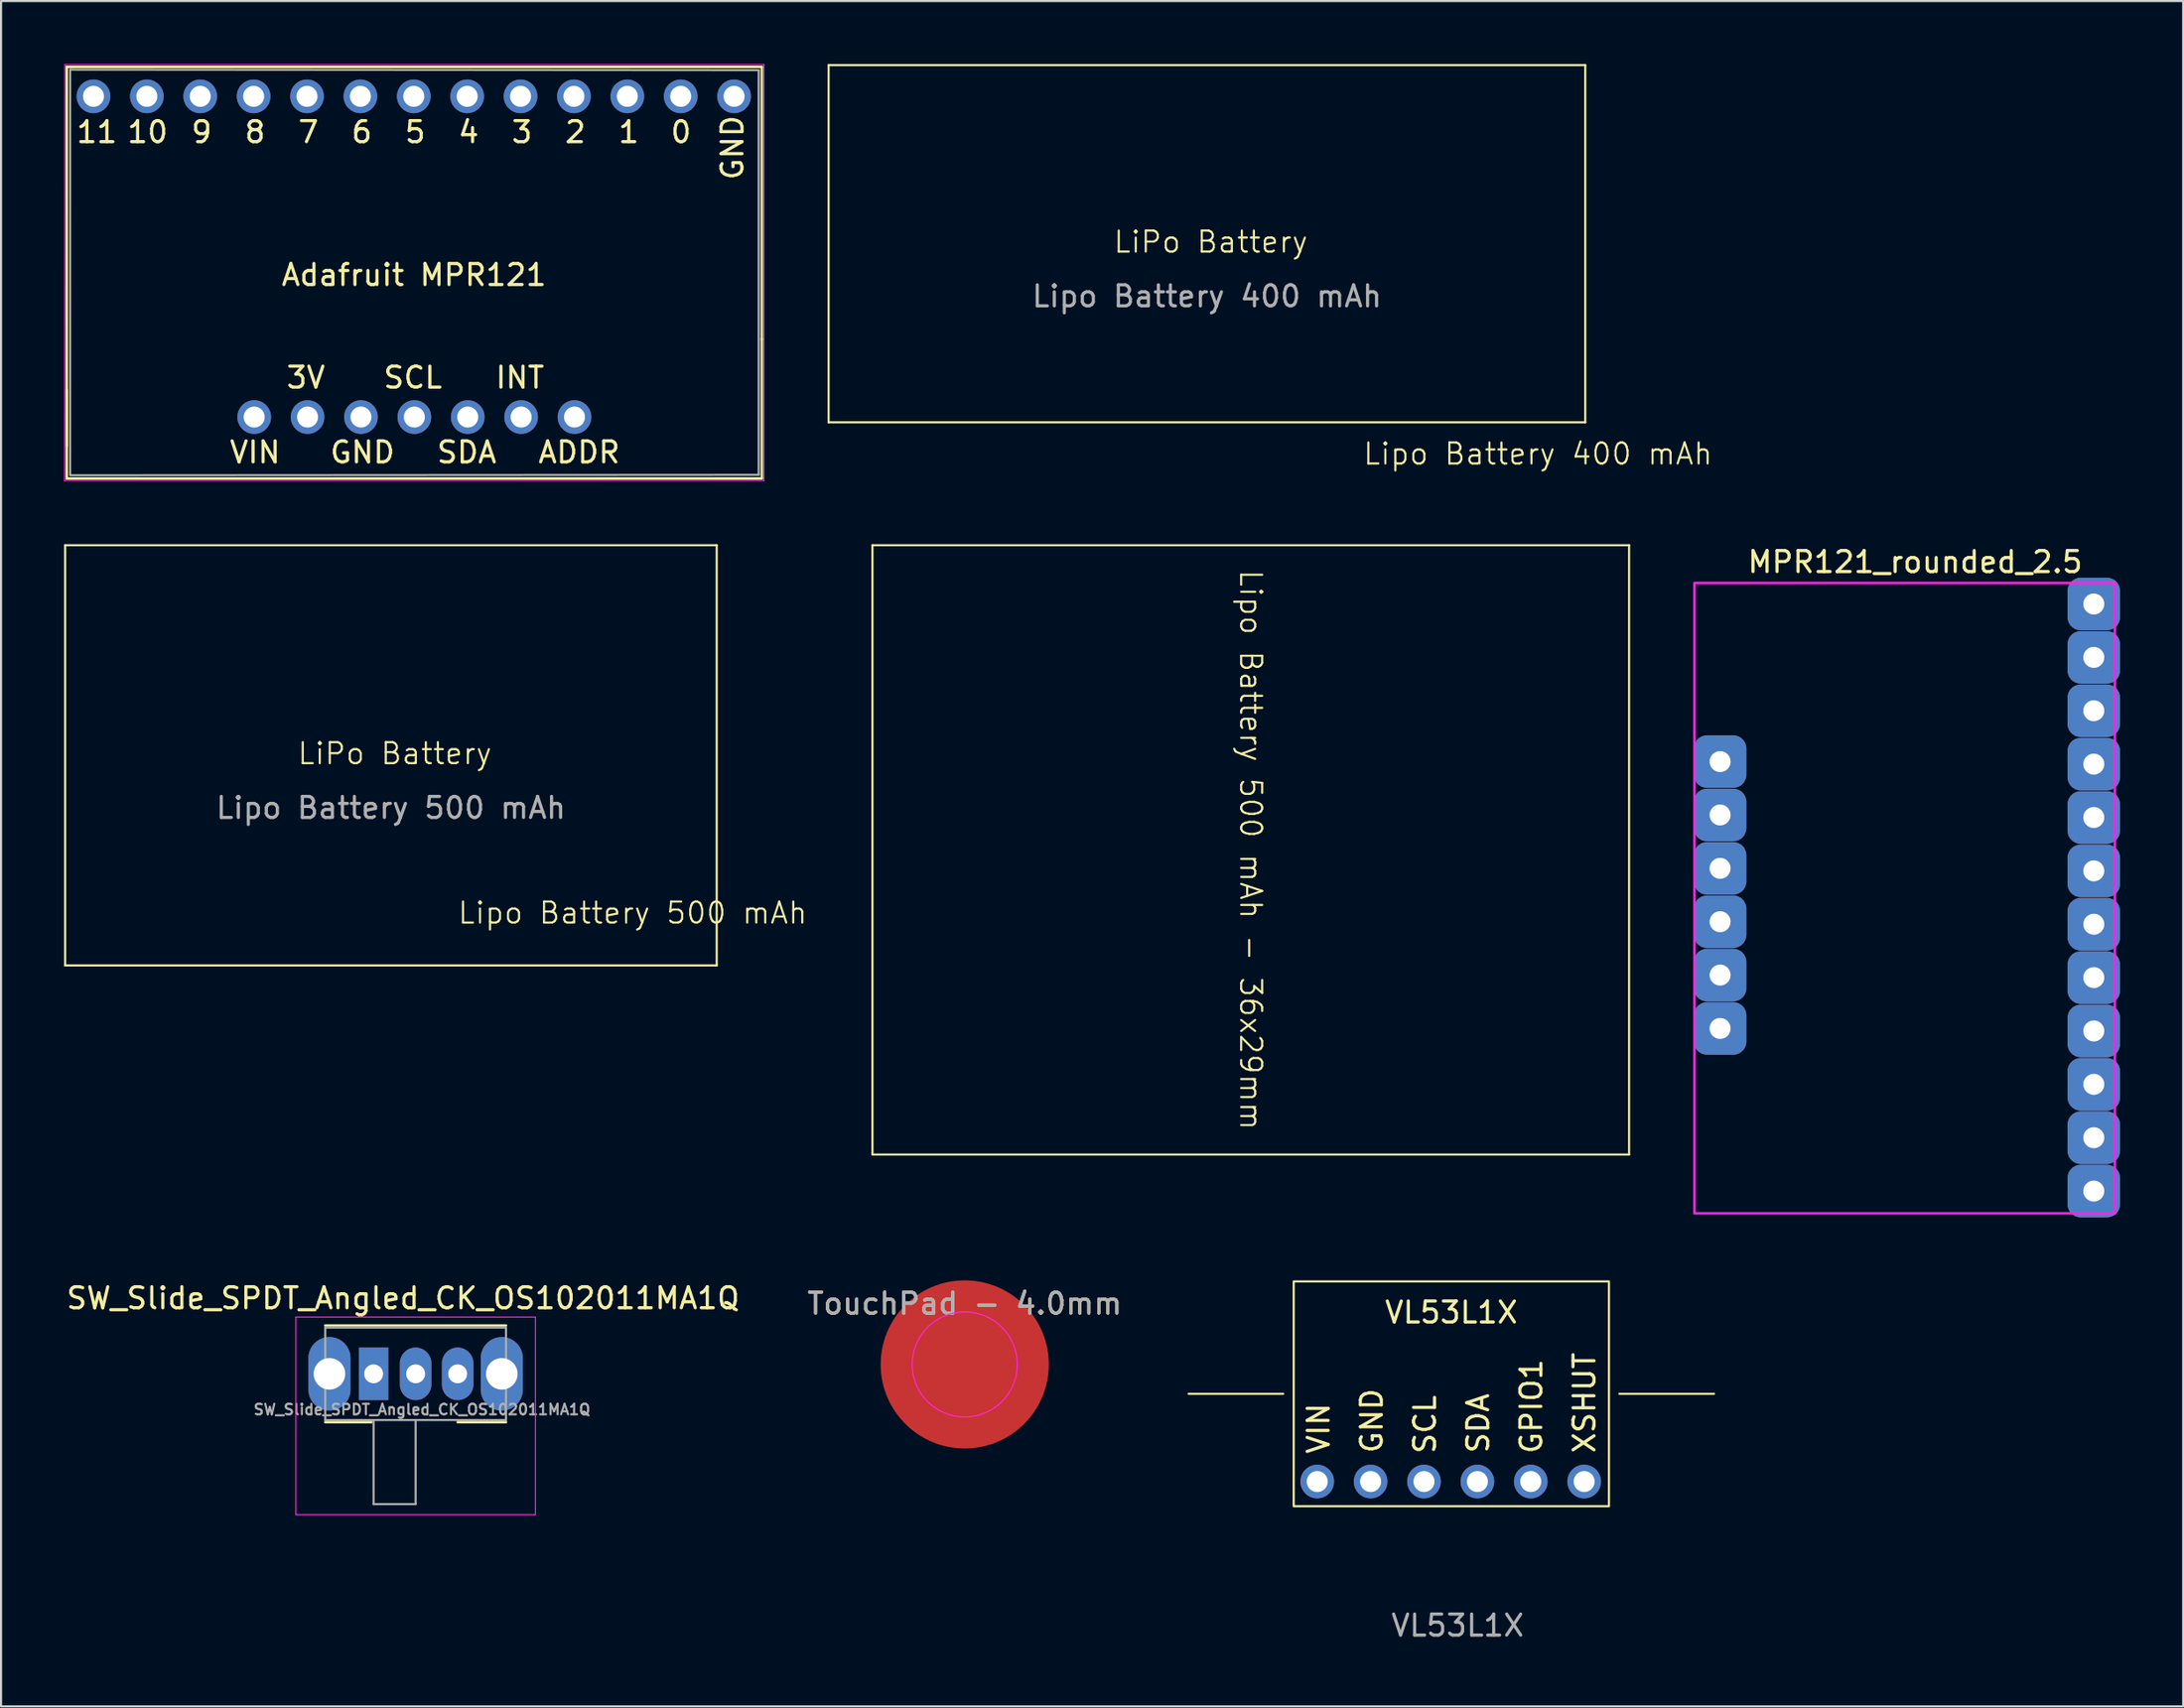
<source format=kicad_pcb>
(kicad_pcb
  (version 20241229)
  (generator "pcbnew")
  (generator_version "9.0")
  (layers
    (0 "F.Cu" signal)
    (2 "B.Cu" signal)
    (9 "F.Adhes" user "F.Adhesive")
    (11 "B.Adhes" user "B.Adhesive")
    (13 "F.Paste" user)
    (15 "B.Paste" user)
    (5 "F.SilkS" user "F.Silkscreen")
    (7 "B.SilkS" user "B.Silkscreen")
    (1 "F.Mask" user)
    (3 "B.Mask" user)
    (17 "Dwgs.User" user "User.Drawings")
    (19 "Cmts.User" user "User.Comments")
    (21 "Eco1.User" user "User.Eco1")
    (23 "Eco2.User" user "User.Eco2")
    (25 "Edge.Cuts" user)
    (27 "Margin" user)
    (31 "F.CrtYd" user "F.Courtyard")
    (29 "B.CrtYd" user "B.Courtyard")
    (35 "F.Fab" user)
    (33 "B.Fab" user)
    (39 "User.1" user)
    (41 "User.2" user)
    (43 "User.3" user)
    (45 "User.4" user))
  (footprint "TouchPad - 4.0mm"
    (layer "F.Cu")
    (at 42.851 61.886)
    (property "Reference" "TouchPad - 4.0mm" (at 0 -2.898 0) (layer "F.SilkS") (effects (font (size 1 1) (thickness 0.15))))
    (attr exclude_from_pos_files exclude_from_bom)
    (fp_circle (center 0 0) (end 2.5 0) (stroke (width 0.05) (type solid)) (fill no) (layer "F.CrtYd"))
    (fp_text user "${REFERENCE}" (at 0 -2.9 0) (layer "F.Fab") (effects (font (size 1 1) (thickness 0.15))))
    (pad "1" smd circle (at 0 0) (size 8 8) (layers "F.Cu" "F.Mask")))
  (footprint "Lipo Battery 500 mAh - 36x29mm"
    (layer "F.Cu")
    (at 56.46 37.398)
    (property "Reference" "Lipo Battery 500 mAh - 36x29mm" (at 0 0 270) (unlocked yes) (layer "F.SilkS") (effects (font (size 1 1) (thickness 0.1))))
    (attr smd)
    (fp_line (start -18 -14.5) (end 18 -14.5) (stroke (width 0.1) (type default)) (layer "F.SilkS"))
    (fp_line (start -18 14.5) (end -18 -14.5) (stroke (width 0.1) (type default)) (layer "F.SilkS"))
    (fp_line (start 18 -14.5) (end 18 14.5) (stroke (width 0.1) (type default)) (layer "F.SilkS"))
    (fp_line (start 18 14.5) (end -18 14.5) (stroke (width 0.1) (type default)) (layer "F.SilkS")))
  (footprint "Adafruit MPR121"
    (layer "F.Cu")
    (at 1.397 1.535)
    (property "Reference" "Adafruit MPR121" (at 15.25 8.5 180) (layer "F.SilkS") (effects (font (size 1 1) (thickness 0.15))))
    (attr through_hole)
    (fp_line (start -1.27 -1.4) (end -1.27 16.64) (stroke (width 0.12) (type solid)) (layer "F.SilkS"))
    (fp_line (start -1.27 13.97) (end -1.27 18.186) (stroke (width 0.12) (type solid)) (layer "F.SilkS"))
    (fp_line (start -1.27 18.186) (end 31.801 18.186) (stroke (width 0.12) (type solid)) (layer "F.SilkS"))
    (fp_line (start 31.801 -1.4) (end -1.27 -1.4) (stroke (width 0.12) (type solid)) (layer "F.SilkS"))
    (fp_line (start 31.801 -1.4) (end 31.801 11.56) (stroke (width 0.12) (type solid)) (layer "F.SilkS"))
    (fp_line (start 31.801 18.186) (end 31.801 11.56) (stroke (width 0.12) (type solid)) (layer "F.SilkS"))
    (fp_line (start -1.372 18.288) (end -1.36 -1.51) (stroke (width 0.05) (type solid)) (layer "F.CrtYd"))
    (fp_line (start -1.372 18.288) (end 31.902 18.288) (stroke (width 0.05) (type solid)) (layer "F.CrtYd"))
    (fp_line (start 31.902 -1.51) (end -1.36 -1.51) (stroke (width 0.05) (type solid)) (layer "F.CrtYd"))
    (fp_line (start 31.902 -1.51) (end 31.902 18.288) (stroke (width 0.05) (type solid)) (layer "F.CrtYd"))
    (fp_line (start -1.11 -1.27) (end 31.65 -1.246) (stroke (width 0.1) (type solid)) (layer "F.Fab"))
    (fp_line (start -1.11 18.034) (end -1.11 -1.27) (stroke (width 0.1) (type solid)) (layer "F.Fab"))
    (fp_line (start 31.65 -1.246) (end 31.65 18.014) (stroke (width 0.1) (type solid)) (layer "F.Fab"))
    (fp_line (start 31.65 18.014) (end -1.11 18.034) (stroke (width 0.1) (type solid)) (layer "F.Fab"))
    (fp_text user "4" (at 17.272 2.286 0) (unlocked yes) (layer "F.SilkS") (effects (font (size 1 1) (thickness 0.15)) (justify left bottom)))
    (fp_text user "GND" (at 11.176 17.526 0) (unlocked yes) (layer "F.SilkS") (effects (font (size 1 1) (thickness 0.15)) (justify left bottom)))
    (fp_text user "3" (at 19.812 2.286 0) (unlocked yes) (layer "F.SilkS") (effects (font (size 1 1) (thickness 0.15)) (justify left bottom)))
    (fp_text user "6" (at 12.192 2.286 0) (unlocked yes) (layer "F.SilkS") (effects (font (size 1 1) (thickness 0.15)) (justify left bottom)))
    (fp_text user "10" (at 1.524 2.286 0) (unlocked yes) (layer "F.SilkS") (effects (font (size 1 1) (thickness 0.15)) (justify left bottom)))
    (fp_text user "SDA" (at 16.256 17.526 0) (unlocked yes) (layer "F.SilkS") (effects (font (size 1 1) (thickness 0.15)) (justify left bottom)))
    (fp_text user "SCL" (at 13.716 13.97 0) (unlocked yes) (layer "F.SilkS") (effects (font (size 1 1) (thickness 0.15)) (justify left bottom)))
    (fp_text user "3V" (at 9.1 13.97 0) (unlocked yes) (layer "F.SilkS") (effects (font (size 1 1) (thickness 0.15)) (justify left bottom)))
    (fp_text user "ADDR" (at 21.082 17.526 0) (unlocked yes) (layer "F.SilkS") (effects (font (size 1 1) (thickness 0.15)) (justify left bottom)))
    (fp_text user "11" (at -0.889 2.286 0) (unlocked yes) (layer "F.SilkS") (effects (font (size 1 1) (thickness 0.15)) (justify left bottom)))
    (fp_text user "5" (at 14.732 2.286 0) (unlocked yes) (layer "F.SilkS") (effects (font (size 1 1) (thickness 0.15)) (justify left bottom)))
    (fp_text user "VIN" (at 6.4 17.526 0) (unlocked yes) (layer "F.SilkS") (effects (font (size 1 1) (thickness 0.15)) (justify left bottom)))
    (fp_text user "0" (at 27.38 2.286 0) (unlocked yes) (layer "F.SilkS") (effects (font (size 1 1) (thickness 0.15)) (justify left bottom)))
    (fp_text user "GND" (at 30.988 4.064 90) (unlocked yes) (layer "F.SilkS") (effects (font (size 1 1) (thickness 0.15)) (justify left bottom)))
    (fp_text user "8" (at 7.112 2.286 0) (unlocked yes) (layer "F.SilkS") (effects (font (size 1 1) (thickness 0.15)) (justify left bottom)))
    (fp_text user "INT" (at 19.05 13.97 0) (unlocked yes) (layer "F.SilkS") (effects (font (size 1 1) (thickness 0.15)) (justify left bottom)))
    (fp_text user "9" (at 4.572 2.286 0) (unlocked yes) (layer "F.SilkS") (effects (font (size 1 1) (thickness 0.15)) (justify left bottom)))
    (fp_text user "7" (at 9.652 2.286 0) (unlocked yes) (layer "F.SilkS") (effects (font (size 1 1) (thickness 0.15)) (justify left bottom)))
    (fp_text user "1" (at 24.892 2.286 0) (unlocked yes) (layer "F.SilkS") (effects (font (size 1 1) (thickness 0.15)) (justify left bottom)))
    (fp_text user "2" (at 22.352 2.286 0) (unlocked yes) (layer "F.SilkS") (effects (font (size 1 1) (thickness 0.15)) (justify left bottom)))
    (pad "1" thru_hole oval (at 20.347 15.264 90) (size 1.6 1.6) (drill 1) (layers "*.Cu" "*.Mask"))
    (pad "2" thru_hole oval (at 15.267 15.264 90) (size 1.6 1.6) (drill 1) (layers "*.Cu" "*.Mask"))
    (pad "3" thru_hole oval (at 17.807 15.264 90) (size 1.6 1.6) (drill 1) (layers "*.Cu" "*.Mask"))
    (pad "4" thru_hole oval (at 22.887 15.264 90) (size 1.6 1.6) (drill 1) (layers "*.Cu" "*.Mask"))
    (pad "5" thru_hole oval (at 10.187 15.264 90) (size 1.6 1.6) (drill 1) (layers "*.Cu" "*.Mask"))
    (pad "6" thru_hole oval (at 12.727 15.264 90) (size 1.6 1.6) (drill 1) (layers "*.Cu" "*.Mask"))
    (pad "7" thru_hole oval (at 30.48 0 90) (size 1.6 1.6) (drill 1) (layers "*.Cu" "*.Mask"))
    (pad "8" thru_hole oval (at 27.94 0 90) (size 1.6 1.6) (drill 1) (layers "*.Cu" "*.Mask"))
    (pad "9" thru_hole oval (at 25.4 0 90) (size 1.6 1.6) (drill 1) (layers "*.Cu" "*.Mask"))
    (pad "10" thru_hole oval (at 22.86 0 90) (size 1.6 1.6) (drill 1) (layers "*.Cu" "*.Mask"))
    (pad "11" thru_hole oval (at 20.32 0 90) (size 1.6 1.6) (drill 1) (layers "*.Cu" "*.Mask"))
    (pad "12" thru_hole oval (at 17.78 0 90) (size 1.6 1.6) (drill 1) (layers "*.Cu" "*.Mask"))
    (pad "13" thru_hole oval (at 15.24 0 90) (size 1.6 1.6) (drill 1) (layers "*.Cu" "*.Mask"))
    (pad "14" thru_hole oval (at 12.7 0 90) (size 1.6 1.6) (drill 1) (layers "*.Cu" "*.Mask"))
    (pad "15" thru_hole oval (at 10.16 0 90) (size 1.6 1.6) (drill 1) (layers "*.Cu" "*.Mask"))
    (pad "16" thru_hole oval (at 7.62 0 90) (size 1.6 1.6) (drill 1) (layers "*.Cu" "*.Mask"))
    (pad "17" thru_hole oval (at 5.08 0 90) (size 1.6 1.6) (drill 1) (layers "*.Cu" "*.Mask"))
    (pad "18" thru_hole oval (at 2.54 0 90) (size 1.6 1.6) (drill 1) (layers "*.Cu" "*.Mask"))
    (pad "19" thru_hole oval (at 0 0 90) (size 1.6 1.6) (drill 1) (layers "*.Cu" "*.Mask"))
    (pad "20" thru_hole oval (at 7.647 15.264 90) (size 1.6 1.6) (drill 1) (layers "*.Cu" "*.Mask")))
  (footprint "Lipo Battery 500 mAh"
    (layer "F.Cu")
    (at 15.55 32.898)
    (property "Reference" "Lipo Battery 500 mAh" (at 11.5 7.5 0) (unlocked yes) (layer "F.SilkS") (effects (font (size 1 1) (thickness 0.1))))
    (attr smd)
    (fp_line (start -15.5 -10) (end 15.5 -10) (stroke (width 0.1) (type default)) (layer "F.SilkS"))
    (fp_line (start -15.5 10) (end -15.5 -10) (stroke (width 0.1) (type default)) (layer "F.SilkS"))
    (fp_line (start 15.5 -10) (end 15.5 10) (stroke (width 0.1) (type default)) (layer "F.SilkS"))
    (fp_line (start 15.5 10) (end -15.5 10) (stroke (width 0.1) (type default)) (layer "F.SilkS"))
    (fp_text user "LiPo Battery" (at -4.5 0.5 0) (unlocked yes) (layer "F.SilkS") (effects (font (size 1 1) (thickness 0.1)) (justify left bottom)))
    (fp_text user "${REFERENCE}" (at 0 2.5 0) (unlocked yes) (layer "F.Fab") (effects (font (size 1 1) (thickness 0.15))))
    (zone (net_name "") (layer "F.SilkS") (hatch edge 0.5) (connect_pads) (min_thickness 0.25) (filled_areas_thickness no) (keepout (tracks allowed) (vias allowed) (pads not_allowed) (copperpour allowed) (footprints not_allowed)) (placement (enabled no)) (fill) (polygon (pts (xy 0.05 22.898) (xy 31.05 22.898) (xy 31.05 42.898) (xy 0.05 42.898)))))
  (footprint "Lipo Battery 400 mAh"
    (layer "F.Cu")
    (at 54.374 8.55)
    (property "Reference" "Lipo Battery 400 mAh" (at 15.75 10 0) (unlocked yes) (layer "F.SilkS") (effects (font (size 1 1) (thickness 0.1))))
    (attr smd)
    (fp_line (start -18 -8.5) (end 18 -8.5) (stroke (width 0.1) (type default)) (layer "F.SilkS"))
    (fp_line (start -18 8.5) (end -18 -8.5) (stroke (width 0.1) (type default)) (layer "F.SilkS"))
    (fp_line (start 18 -8.5) (end 18 8.5) (stroke (width 0.1) (type default)) (layer "F.SilkS"))
    (fp_line (start 18 8.5) (end -18 8.5) (stroke (width 0.1) (type default)) (layer "F.SilkS"))
    (fp_text user "LiPo Battery" (at -4.5 0.5 0) (unlocked yes) (layer "F.SilkS") (effects (font (size 1 1) (thickness 0.1)) (justify left bottom)))
    (fp_text user "${REFERENCE}" (at 0 2.5 0) (unlocked yes) (layer "F.Fab") (effects (font (size 1 1) (thickness 0.15))))
    (zone (net_name "") (layer "F.SilkS") (hatch edge 0.5) (connect_pads) (min_thickness 0.25) (filled_areas_thickness no) (keepout (tracks allowed) (vias allowed) (pads not_allowed) (copperpour allowed) (footprints not_allowed)) (placement (enabled no)) (fill) (polygon (pts (xy 36.374 0.05) (xy 72.374 0.05) (xy 72.374 17.05) (xy 36.374 17.05)))))
  (footprint "VL53L1X"
    (layer "F.Cu")
    (at 66.002 63.412)
    (property "Reference" "VL53L1X" (at 0 -4 180) (layer "F.SilkS") (effects (font (size 1 1) (thickness 0.15))))
    (attr through_hole)
    (fp_line (start -12.5 -0.126) (end -7.998 -0.126) (stroke (width 0.1) (type default)) (layer "F.SilkS"))
    (fp_line (start 12.5 -0.126) (end 7.998 -0.126) (stroke (width 0.1) (type default)) (layer "F.SilkS"))
    (fp_rect (start -7.5 -5.476) (end 7.5 5.224) (stroke (width 0.1) (type default)) (fill no) (layer "F.SilkS"))
    (fp_text user "VIN" (at -5.73 2.808 90) (unlocked yes) (layer "F.SilkS") (effects (font (size 1 1) (thickness 0.15)) (justify left bottom)))
    (fp_text user "GPIO1" (at 4.39 2.808 90) (unlocked yes) (layer "F.SilkS") (effects (font (size 1 1) (thickness 0.15)) (justify left bottom)))
    (fp_text user "SCL" (at -0.67 2.808 90) (unlocked yes) (layer "F.SilkS") (effects (font (size 1 1) (thickness 0.15)) (justify left bottom)))
    (fp_text user "XSHUT" (at 6.92 2.778 90) (unlocked yes) (layer "F.SilkS") (effects (font (size 1 1) (thickness 0.15)) (justify left bottom)))
    (fp_text user "GND" (at -3.2 2.778 90) (unlocked yes) (layer "F.SilkS") (effects (font (size 1 1) (thickness 0.15)) (justify left bottom)))
    (fp_text user "SDA" (at 1.86 2.778 90) (unlocked yes) (layer "F.SilkS") (effects (font (size 1 1) (thickness 0.15)) (justify left bottom)))
    (fp_text user "${REFERENCE}" (at 0.3 10.9 180) (layer "F.Fab") (effects (font (size 1 1) (thickness 0.15))))
    (pad "1" thru_hole oval (at -6.38 4.048 90) (size 1.6 1.6) (drill 1) (layers "*.Cu" "*.Mask"))
    (pad "2" thru_hole oval (at -3.84 4.048 90) (size 1.6 1.6) (drill 1) (layers "*.Cu" "*.Mask"))
    (pad "3" thru_hole oval (at -1.3 4.048 90) (size 1.6 1.6) (drill 1) (layers "*.Cu" "*.Mask"))
    (pad "4" thru_hole oval (at 1.24 4.048 90) (size 1.6 1.6) (drill 1) (layers "*.Cu" "*.Mask"))
    (pad "5" thru_hole oval (at 3.78 4.048 90) (size 1.6 1.6) (drill 1) (layers "*.Cu" "*.Mask"))
    (pad "6" thru_hole oval (at 6.32 4.048 90) (size 1.6 1.6) (drill 1) (layers "*.Cu" "*.Mask")))
  (footprint "SW_Slide_SPDT_Angled_CK_OS102011MA1Q"
    (layer "F.Cu")
    (at 14.725 62.334)
    (property "Reference" "SW_Slide_SPDT_Angled_CK_OS102011MA1Q" (at 1.4 -3.6 0) (layer "F.SilkS") (effects (font (size 1 1) (thickness 0.15))))
    (attr through_hole)
    (fp_line (start -2.3 -2.3) (end 6.3 -2.3) (stroke (width 0.12) (type solid)) (layer "F.SilkS"))
    (fp_line (start -2.3 2.3) (end -0.1 2.3) (stroke (width 0.12) (type solid)) (layer "F.SilkS"))
    (fp_line (start 4 2.3) (end 6.3 2.3) (stroke (width 0.12) (type solid)) (layer "F.SilkS"))
    (fp_line (start -3.7 -2.7) (end 7.7 -2.7) (stroke (width 0.05) (type solid)) (layer "F.CrtYd"))
    (fp_line (start -3.7 6.7) (end -3.7 -2.7) (stroke (width 0.05) (type solid)) (layer "F.CrtYd"))
    (fp_line (start 7.7 -2.7) (end 7.7 6.7) (stroke (width 0.05) (type solid)) (layer "F.CrtYd"))
    (fp_line (start 7.7 6.7) (end -3.7 6.7) (stroke (width 0.05) (type solid)) (layer "F.CrtYd"))
    (fp_line (start -2.3 -2.2) (end -2.3 2.2) (stroke (width 0.1) (type solid)) (layer "F.Fab"))
    (fp_line (start -2.3 -2.2) (end 6.3 -2.2) (stroke (width 0.1) (type solid)) (layer "F.Fab"))
    (fp_line (start -2.3 2.2) (end 6.3 2.2) (stroke (width 0.1) (type solid)) (layer "F.Fab"))
    (fp_line (start 0 6.2) (end 0 2.2) (stroke (width 0.1) (type solid)) (layer "F.Fab"))
    (fp_line (start 2 2.2) (end 2 6.2) (stroke (width 0.1) (type solid)) (layer "F.Fab"))
    (fp_line (start 2 6.2) (end 0 6.2) (stroke (width 0.1) (type solid)) (layer "F.Fab"))
    (fp_line (start 6.3 2.2) (end 6.3 -2.2) (stroke (width 0.1) (type solid)) (layer "F.Fab"))
    (fp_text user "${REFERENCE}" (at 2.3 1.7 0) (layer "F.Fab") (effects (font (size 0.5 0.5) (thickness 0.1))))
    (pad "" thru_hole oval (at -2.1 0) (size 2 3.5) (drill 1.5) (layers "*.Cu" "*.Mask"))
    (pad "" thru_hole oval (at 6.1 0) (size 2 3.5) (drill 1.5) (layers "*.Cu" "*.Mask"))
    (pad "1" thru_hole rect (at 0 0) (size 1.4 2.5) (drill 0.9) (layers "*.Cu" "*.Mask"))
    (pad "2" thru_hole oval (at 2 0) (size 1.5 2.5) (drill 0.9) (layers "*.Cu" "*.Mask"))
    (pad "3" thru_hole oval (at 4 0) (size 1.5 2.5) (drill 0.9) (layers "*.Cu" "*.Mask")))
  (footprint "MPR121_rounded_2.5"
    (layer "F.Cu")
    (at 96.57 25.696)
    (property "Reference" "MPR121_rounded_2.5" (at -8.5 -2 0) (unlocked yes) (layer "F.SilkS") (effects (font (size 1 1) (thickness 0.15))))
    (attr smd)
    (fp_rect (start 1 -1) (end -19 29) (stroke (width 0.12) (type solid)) (fill no) (layer "F.CrtYd"))
    (pad "1" thru_hole roundrect (at -17.78 10.04) (size 2.5 2.5) (drill 1) (layers "*.Cu" "*.Mask") (roundrect_rratio 0.25))
    (pad "2" thru_hole roundrect (at -17.78 12.58) (size 2.5 2.5) (drill 1) (layers "*.Cu" "*.Mask") (roundrect_rratio 0.25))
    (pad "3" thru_hole roundrect (at -17.78 15.12) (size 2.5 2.5) (drill 1) (layers "*.Cu" "*.Mask") (roundrect_rratio 0.25))
    (pad "4" thru_hole roundrect (at -17.78 17.66) (size 2.5 2.5) (drill 1) (layers "*.Cu" "*.Mask") (roundrect_rratio 0.25))
    (pad "6" thru_hole roundrect (at -17.78 20.2) (size 2.5 2.5) (drill 1) (layers "*.Cu" "*.Mask") (roundrect_rratio 0.25))
    (pad "8" thru_hole roundrect (at 0 0) (size 2.5 2.5) (drill 1) (layers "*.Cu" "*.Mask") (roundrect_rratio 0.25))
    (pad "9" thru_hole roundrect (at 0 2.54 90) (size 2.5 2.5) (drill 1) (layers "*.Cu" "*.Mask") (roundrect_rratio 0.25))
    (pad "10" thru_hole roundrect (at 0 5.08) (size 2.5 2.5) (drill 1) (layers "*.Cu" "*.Mask") (roundrect_rratio 0.25))
    (pad "11" thru_hole roundrect (at 0 7.62) (size 2.5 2.5) (drill 1) (layers "*.Cu" "*.Mask") (roundrect_rratio 0.25))
    (pad "12" thru_hole roundrect (at 0 10.16) (size 2.5 2.5) (drill 1) (layers "*.Cu" "*.Mask") (roundrect_rratio 0.25))
    (pad "13" thru_hole roundrect (at 0 12.7) (size 2.5 2.5) (drill 1) (layers "*.Cu" "*.Mask") (roundrect_rratio 0.25))
    (pad "14" thru_hole roundrect (at 0 15.24) (size 2.5 2.5) (drill 1) (layers "*.Cu" "*.Mask") (roundrect_rratio 0.25))
    (pad "15" thru_hole roundrect (at 0 17.78) (size 2.5 2.5) (drill 1) (layers "*.Cu" "*.Mask") (roundrect_rratio 0.25))
    (pad "16" thru_hole roundrect (at 0 20.32) (size 2.5 2.5) (drill 1) (layers "*.Cu" "*.Mask") (roundrect_rratio 0.25))
    (pad "17" thru_hole roundrect (at 0 22.86) (size 2.5 2.5) (drill 1) (layers "*.Cu" "*.Mask") (roundrect_rratio 0.25))
    (pad "18" thru_hole roundrect (at 0 25.4) (size 2.5 2.5) (drill 1) (layers "*.Cu" "*.Mask") (roundrect_rratio 0.25))
    (pad "19" thru_hole roundrect (at 0 27.94) (size 2.5 2.5) (drill 1) (layers "*.Cu" "*.Mask") (roundrect_rratio 0.25))
    (pad "20" thru_hole roundrect (at -17.78 7.5) (size 2.5 2.5) (drill 1) (layers "*.Cu" "*.Mask") (roundrect_rratio 0.25)))
  (gr_rect
    (start -3 -3)
    (end 100.82 78.161)
    (stroke (width 0.1) (type default))
    (fill no)
    (layer "Edge.Cuts")))
</source>
